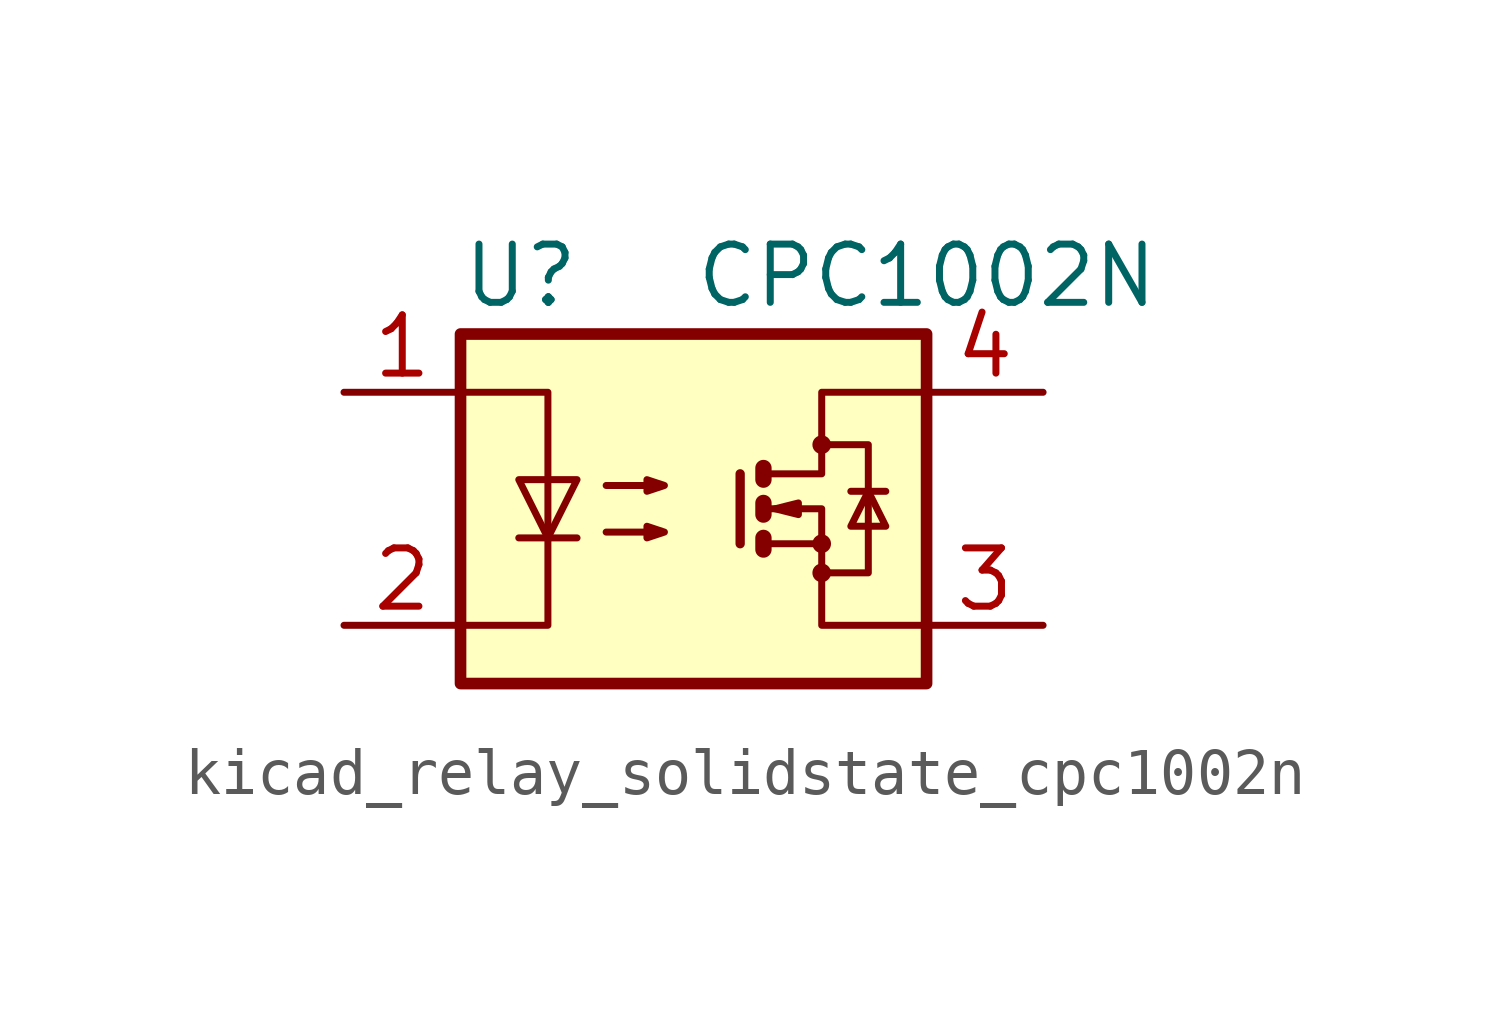
<source format=kicad_sym>
(kicad_symbol_lib
  (version 20220914)
  (generator kicad_symbol_editor)
  (symbol "kicad_relay_solidstate_cpc1002n"
    (property "Reference" "U"
      (at -5.08 5.08 0)
      (effects (font (size 1.27 1.27)) (justify left)))
    (property "Value" "CPC1002N"
      (at 0 5.08 0)
      (effects (font (size 1.27 1.27)) (justify left)))
    (symbol "kicad_relay_solidstate_cpc1002n_0_1"
      (rectangle (start -5.08 3.81) (end 5.08 -3.81) (stroke (width 0.254) (type default)) (fill (type background)))
      (polyline (pts (xy -3.81 -0.635) (xy -2.54 -0.635)) (stroke (width 0) (type default)) (fill (type none)))
      (polyline (pts (xy 1.016 0.762) (xy 1.016 -0.762)) (stroke (width 0.203) (type default)) (fill (type none)))
      (polyline (pts (xy 1.524 -0.762) (xy 2.794 -0.762)) (stroke (width 0) (type default)) (fill (type none)))
      (polyline (pts (xy 3.429 0.381) (xy 4.191 0.381)) (stroke (width 0) (type default)) (fill (type none)))
      (polyline (pts (xy 1.524 -0.635) (xy 1.524 -0.889) (xy 1.524 -0.889)) (stroke (width 0.356) (type default)) (fill (type none)))
      (polyline (pts (xy 1.524 0.127) (xy 1.524 -0.127) (xy 1.524 -0.127)) (stroke (width 0.356) (type default)) (fill (type none)))
      (polyline (pts (xy 1.524 0.889) (xy 1.524 0.635) (xy 1.524 0.635)) (stroke (width 0.356) (type default)) (fill (type none)))
      (polyline (pts (xy -5.08 2.54) (xy -3.175 2.54) (xy -3.175 -2.54) (xy -5.08 -2.54)) (stroke (width 0) (type default)) (fill (type none)))
      (polyline (pts (xy -3.175 -0.635) (xy -3.81 0.635) (xy -2.54 0.635) (xy -3.175 -0.635)) (stroke (width 0) (type default)) (fill (type none)))
      (polyline (pts (xy 1.524 0) (xy 2.794 0) (xy 2.794 -2.54) (xy 5.08 -2.54)) (stroke (width 0) (type default)) (fill (type none)))
      (polyline (pts (xy 1.524 0.762) (xy 2.794 0.762) (xy 2.794 2.54) (xy 5.08 2.54)) (stroke (width 0) (type default)) (fill (type none)))
      (polyline (pts (xy 1.778 0) (xy 2.286 0.127) (xy 2.286 -0.127) (xy 1.778 0)) (stroke (width 0) (type default)) (fill (type none)))
      (polyline (pts (xy 2.794 -1.397) (xy 3.81 -1.397) (xy 3.81 1.397) (xy 2.794 1.397)) (stroke (width 0) (type default)) (fill (type none)))
      (polyline (pts (xy 3.81 0.381) (xy 3.429 -0.381) (xy 4.191 -0.381) (xy 3.81 0.381)) (stroke (width 0) (type default)) (fill (type none)))
      (polyline (pts (xy -1.905 -0.508) (xy -0.635 -0.508) (xy -1.016 -0.635) (xy -1.016 -0.381) (xy -0.635 -0.508)) (stroke (width 0) (type default)) (fill (type none)))
      (polyline (pts (xy -1.905 0.508) (xy -0.635 0.508) (xy -1.016 0.381) (xy -1.016 0.635) (xy -0.635 0.508)) (stroke (width 0) (type default)) (fill (type none)))
      (circle (center 2.794 -1.397) (radius 0.127) (stroke (width 0) (type default)) (fill (type none)))
      (circle (center 2.794 -0.762) (radius 0.127) (stroke (width 0) (type default)) (fill (type none)))
      (circle (center 2.794 1.397) (radius 0.127) (stroke (width 0) (type default)) (fill (type none))))
    (symbol "kicad_relay_solidstate_cpc1002n_1_1"
      (pin passive line (at -7.62 2.54 0) (length 2.54) (name "~" (effects (font (size 1.27 1.27)))) (number "1" (effects (font (size 1.27 1.27)))))
      (pin passive line (at -7.62 -2.54 0) (length 2.54) (name "~" (effects (font (size 1.27 1.27)))) (number "2" (effects (font (size 1.27 1.27)))))
      (pin passive line (at 7.62 -2.54 180) (length 2.54) (name "~" (effects (font (size 1.27 1.27)))) (number "3" (effects (font (size 1.27 1.27)))))
      (pin passive line (at 7.62 2.54 180) (length 2.54) (name "~" (effects (font (size 1.27 1.27)))) (number "4" (effects (font (size 1.27 1.27))))))))
</source>
